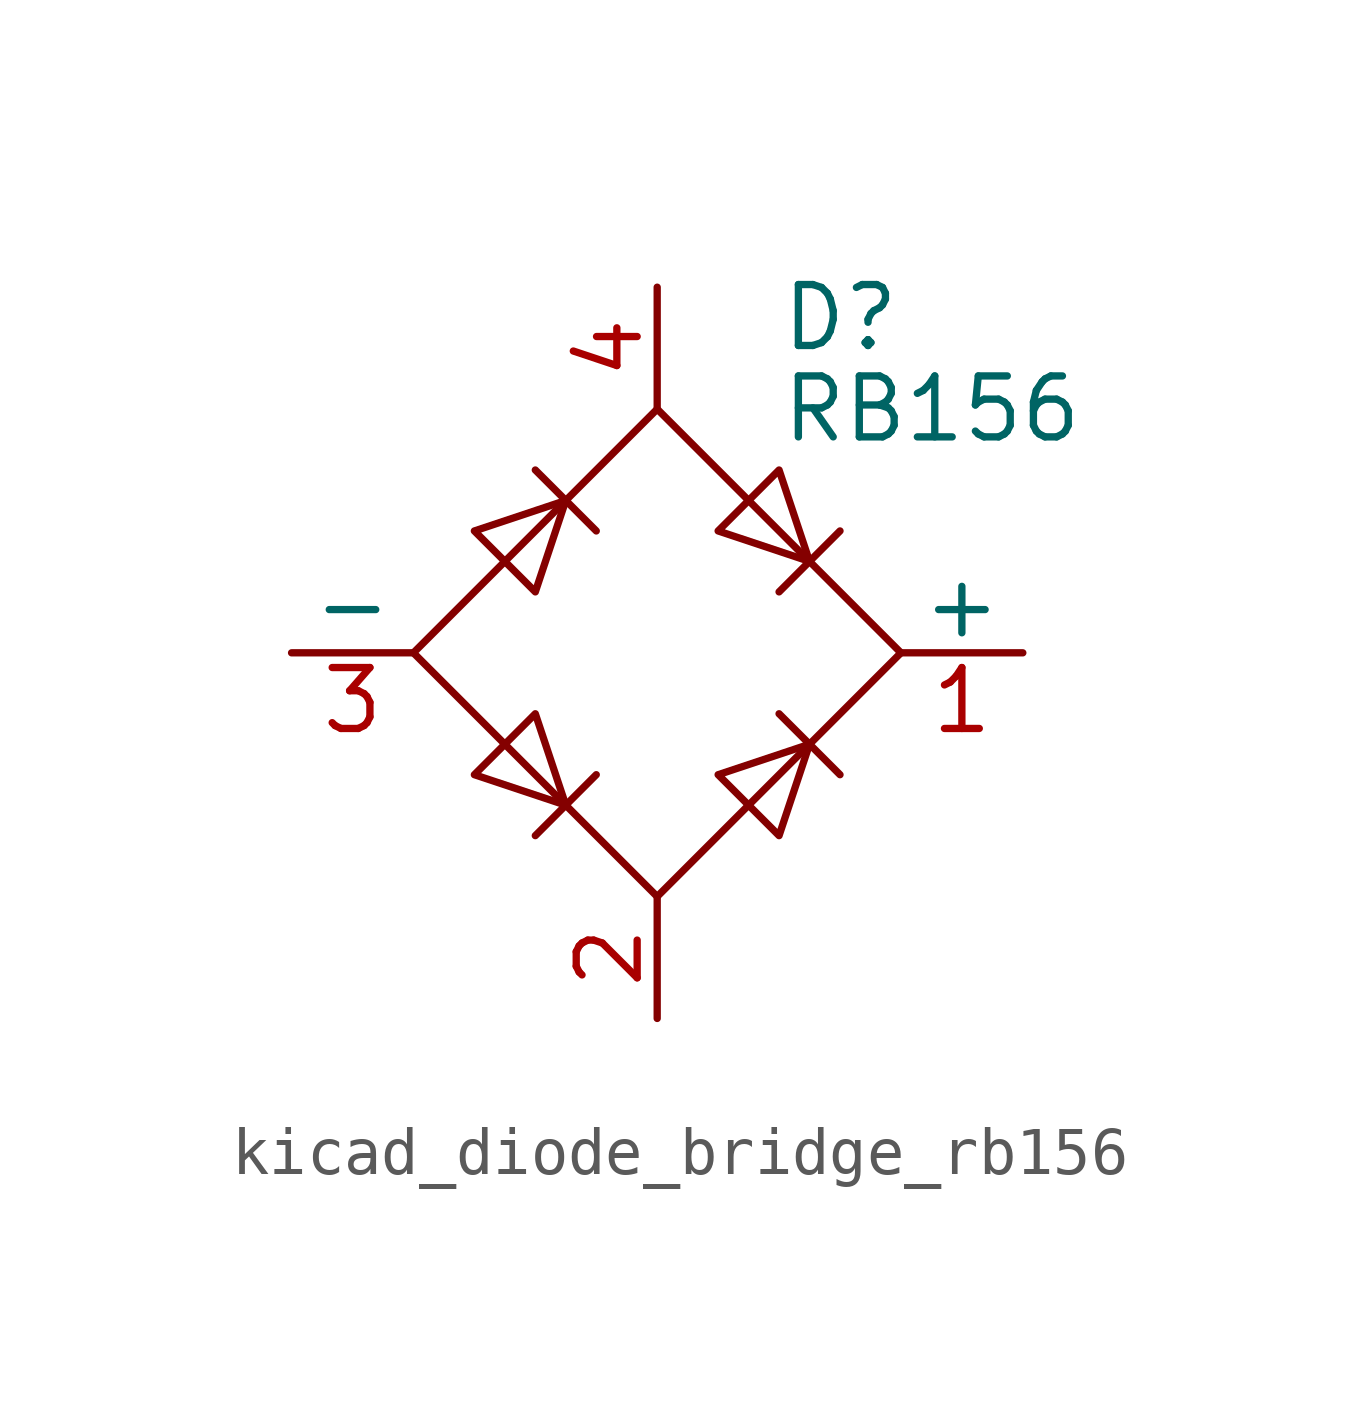
<source format=kicad_sym>
(kicad_symbol_lib
  (version 20220914)
  (generator kicad_symbol_editor)
  (symbol "kicad_diode_bridge_rb156"
    (pin_names
      (offset 0))
    (property "Reference" "D"
      (at 2.54 6.985 0)
      (effects (font (size 1.27 1.27)) (justify left)))
    (property "Value" "RB156"
      (at 2.54 5.08 0)
      (effects (font (size 1.27 1.27)) (justify left)))
    (symbol "kicad_diode_bridge_rb156_0_1"
      (polyline (pts (xy -2.54 3.81) (xy -1.27 2.54)) (stroke (width 0) (type default)) (fill (type none)))
      (polyline (pts (xy -1.27 -2.54) (xy -2.54 -3.81)) (stroke (width 0) (type default)) (fill (type none)))
      (polyline (pts (xy 2.54 -1.27) (xy 3.81 -2.54)) (stroke (width 0) (type default)) (fill (type none)))
      (polyline (pts (xy 2.54 1.27) (xy 3.81 2.54)) (stroke (width 0) (type default)) (fill (type none)))
      (polyline (pts (xy -3.81 2.54) (xy -2.54 1.27) (xy -1.905 3.175) (xy -3.81 2.54)) (stroke (width 0) (type default)) (fill (type none)))
      (polyline (pts (xy -2.54 -1.27) (xy -3.81 -2.54) (xy -1.905 -3.175) (xy -2.54 -1.27)) (stroke (width 0) (type default)) (fill (type none)))
      (polyline (pts (xy 1.27 2.54) (xy 2.54 3.81) (xy 3.175 1.905) (xy 1.27 2.54)) (stroke (width 0) (type default)) (fill (type none)))
      (polyline (pts (xy 3.175 -1.905) (xy 1.27 -2.54) (xy 2.54 -3.81) (xy 3.175 -1.905)) (stroke (width 0) (type default)) (fill (type none)))
      (polyline (pts (xy -5.08 0) (xy 0 -5.08) (xy 5.08 0) (xy 0 5.08) (xy -5.08 0)) (stroke (width 0) (type default)) (fill (type none))))
    (symbol "kicad_diode_bridge_rb156_1_1"
      (pin passive line (at 7.62 0 180) (length 2.54) (name "+" (effects (font (size 1.27 1.27)))) (number "1" (effects (font (size 1.27 1.27)))))
      (pin passive line (at 0 -7.62 90) (length 2.54) (name "~" (effects (font (size 1.27 1.27)))) (number "2" (effects (font (size 1.27 1.27)))))
      (pin passive line (at -7.62 0 0) (length 2.54) (name "-" (effects (font (size 1.27 1.27)))) (number "3" (effects (font (size 1.27 1.27)))))
      (pin passive line (at 0 7.62 270) (length 2.54) (name "~" (effects (font (size 1.27 1.27)))) (number "4" (effects (font (size 1.27 1.27))))))))
</source>
